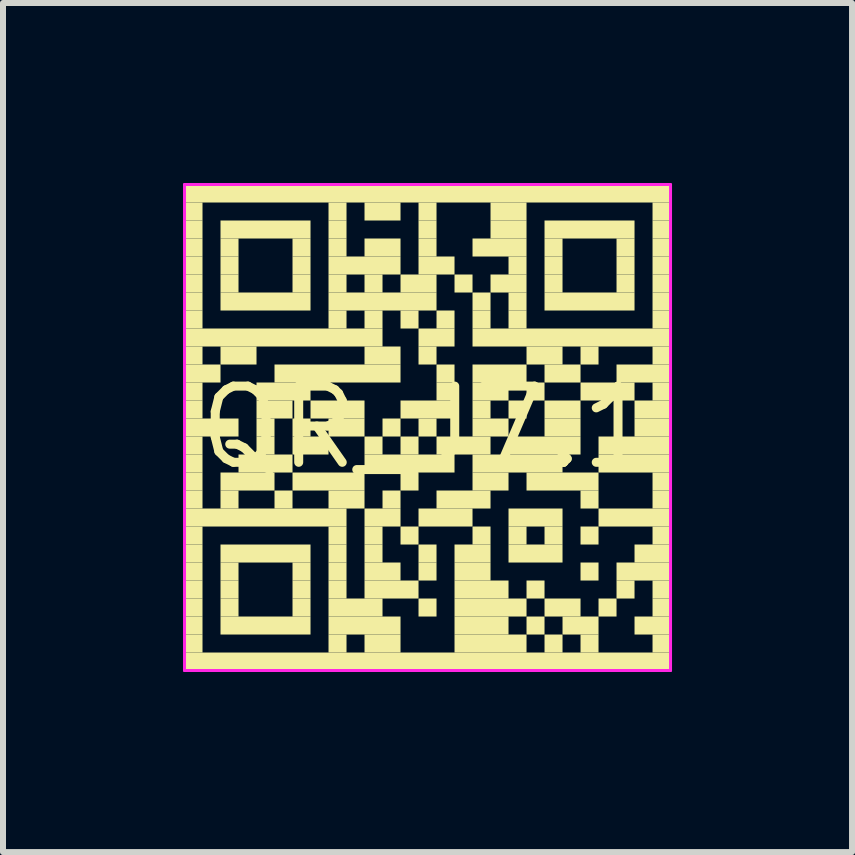
<source format=kicad_pcb>
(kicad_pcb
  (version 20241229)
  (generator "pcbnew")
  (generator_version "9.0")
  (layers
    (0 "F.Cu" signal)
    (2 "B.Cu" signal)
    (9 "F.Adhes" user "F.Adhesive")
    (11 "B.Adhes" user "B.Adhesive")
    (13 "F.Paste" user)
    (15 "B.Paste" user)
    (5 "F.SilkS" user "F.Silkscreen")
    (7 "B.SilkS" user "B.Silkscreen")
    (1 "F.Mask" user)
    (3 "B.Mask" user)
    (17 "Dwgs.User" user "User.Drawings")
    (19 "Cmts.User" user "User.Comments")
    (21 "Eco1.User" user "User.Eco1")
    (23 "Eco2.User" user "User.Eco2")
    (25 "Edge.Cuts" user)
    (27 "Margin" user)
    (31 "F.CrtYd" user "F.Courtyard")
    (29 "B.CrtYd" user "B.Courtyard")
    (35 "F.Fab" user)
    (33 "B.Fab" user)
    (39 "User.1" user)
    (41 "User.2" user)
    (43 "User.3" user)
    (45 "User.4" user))
  (footprint "QR_J7.1"
    (layer "F.Cu")
    (at 4.075 4.075)
    (property "Reference" "QR_J7.1" (at 0 0 0) (layer "F.SilkS") (effects (font (size 1.27 1.27) (thickness 0.15))))
    (attr board_only exclude_from_pos_files exclude_from_bom)
    (fp_poly (pts (xy -4.05 -3.75) (xy -4.05 -4.05) (xy 4.05 -4.05) (xy 4.05 -3.75)) (stroke (width 0) (type solid)) (fill yes) (layer "F.SilkS"))
    (fp_poly (pts (xy -4.05 -3.45) (xy -4.05 -3.75) (xy -3.75 -3.75) (xy -3.75 -3.45)) (stroke (width 0) (type solid)) (fill yes) (layer "F.SilkS"))
    (fp_poly (pts (xy -4.05 -3.15) (xy -4.05 -3.45) (xy -3.75 -3.45) (xy -3.75 -3.15)) (stroke (width 0) (type solid)) (fill yes) (layer "F.SilkS"))
    (fp_poly (pts (xy -4.05 -2.85) (xy -4.05 -3.15) (xy -3.75 -3.15) (xy -3.75 -2.85)) (stroke (width 0) (type solid)) (fill yes) (layer "F.SilkS"))
    (fp_poly (pts (xy -4.05 -2.55) (xy -4.05 -2.85) (xy -3.75 -2.85) (xy -3.75 -2.55)) (stroke (width 0) (type solid)) (fill yes) (layer "F.SilkS"))
    (fp_poly (pts (xy -4.05 -2.25) (xy -4.05 -2.55) (xy -3.75 -2.55) (xy -3.75 -2.25)) (stroke (width 0) (type solid)) (fill yes) (layer "F.SilkS"))
    (fp_poly (pts (xy -4.05 -1.95) (xy -4.05 -2.25) (xy -3.75 -2.25) (xy -3.75 -1.95)) (stroke (width 0) (type solid)) (fill yes) (layer "F.SilkS"))
    (fp_poly (pts (xy -4.05 -1.65) (xy -4.05 -1.95) (xy -3.75 -1.95) (xy -3.75 -1.65)) (stroke (width 0) (type solid)) (fill yes) (layer "F.SilkS"))
    (fp_poly (pts (xy -4.05 -1.35) (xy -4.05 -1.65) (xy -0.75 -1.65) (xy -0.75 -1.35)) (stroke (width 0) (type solid)) (fill yes) (layer "F.SilkS"))
    (fp_poly (pts (xy -4.05 -1.05) (xy -4.05 -1.35) (xy -3.75 -1.35) (xy -3.75 -1.05)) (stroke (width 0) (type solid)) (fill yes) (layer "F.SilkS"))
    (fp_poly (pts (xy -4.05 -0.75) (xy -4.05 -1.05) (xy -3.45 -1.05) (xy -3.45 -0.75)) (stroke (width 0) (type solid)) (fill yes) (layer "F.SilkS"))
    (fp_poly (pts (xy -4.05 -0.45) (xy -4.05 -0.75) (xy -3.75 -0.75) (xy -3.75 -0.45)) (stroke (width 0) (type solid)) (fill yes) (layer "F.SilkS"))
    (fp_poly (pts (xy -4.05 -0.15) (xy -4.05 -0.45) (xy -3.75 -0.45) (xy -3.75 -0.15)) (stroke (width 0) (type solid)) (fill yes) (layer "F.SilkS"))
    (fp_poly (pts (xy -4.05 0.15) (xy -4.05 -0.15) (xy -3.15 -0.15) (xy -3.15 0.15)) (stroke (width 0) (type solid)) (fill yes) (layer "F.SilkS"))
    (fp_poly (pts (xy -4.05 0.45) (xy -4.05 0.15) (xy -3.75 0.15) (xy -3.75 0.45)) (stroke (width 0) (type solid)) (fill yes) (layer "F.SilkS"))
    (fp_poly (pts (xy -4.05 0.75) (xy -4.05 0.45) (xy -3.75 0.45) (xy -3.75 0.75)) (stroke (width 0) (type solid)) (fill yes) (layer "F.SilkS"))
    (fp_poly (pts (xy -4.05 1.05) (xy -4.05 0.75) (xy -3.75 0.75) (xy -3.75 1.05)) (stroke (width 0) (type solid)) (fill yes) (layer "F.SilkS"))
    (fp_poly (pts (xy -4.05 1.35) (xy -4.05 1.05) (xy -3.75 1.05) (xy -3.75 1.35)) (stroke (width 0) (type solid)) (fill yes) (layer "F.SilkS"))
    (fp_poly (pts (xy -4.05 1.65) (xy -4.05 1.35) (xy -1.35 1.35) (xy -1.35 1.65)) (stroke (width 0) (type solid)) (fill yes) (layer "F.SilkS"))
    (fp_poly (pts (xy -4.05 1.95) (xy -4.05 1.65) (xy -3.75 1.65) (xy -3.75 1.95)) (stroke (width 0) (type solid)) (fill yes) (layer "F.SilkS"))
    (fp_poly (pts (xy -4.05 2.25) (xy -4.05 1.95) (xy -3.75 1.95) (xy -3.75 2.25)) (stroke (width 0) (type solid)) (fill yes) (layer "F.SilkS"))
    (fp_poly (pts (xy -4.05 2.55) (xy -4.05 2.25) (xy -3.75 2.25) (xy -3.75 2.55)) (stroke (width 0) (type solid)) (fill yes) (layer "F.SilkS"))
    (fp_poly (pts (xy -4.05 2.85) (xy -4.05 2.55) (xy -3.75 2.55) (xy -3.75 2.85)) (stroke (width 0) (type solid)) (fill yes) (layer "F.SilkS"))
    (fp_poly (pts (xy -4.05 3.15) (xy -4.05 2.85) (xy -3.75 2.85) (xy -3.75 3.15)) (stroke (width 0) (type solid)) (fill yes) (layer "F.SilkS"))
    (fp_poly (pts (xy -4.05 3.45) (xy -4.05 3.15) (xy -3.75 3.15) (xy -3.75 3.45)) (stroke (width 0) (type solid)) (fill yes) (layer "F.SilkS"))
    (fp_poly (pts (xy -4.05 3.75) (xy -4.05 3.45) (xy -3.75 3.45) (xy -3.75 3.75)) (stroke (width 0) (type solid)) (fill yes) (layer "F.SilkS"))
    (fp_poly (pts (xy -4.05 4.05) (xy -4.05 3.75) (xy 4.05 3.75) (xy 4.05 4.05)) (stroke (width 0) (type solid)) (fill yes) (layer "F.SilkS"))
    (fp_poly (pts (xy -3.45 -3.15) (xy -3.45 -3.45) (xy -1.95 -3.45) (xy -1.95 -3.15)) (stroke (width 0) (type solid)) (fill yes) (layer "F.SilkS"))
    (fp_poly (pts (xy -3.45 -2.85) (xy -3.45 -3.15) (xy -3.15 -3.15) (xy -3.15 -2.85)) (stroke (width 0) (type solid)) (fill yes) (layer "F.SilkS"))
    (fp_poly (pts (xy -3.45 -2.55) (xy -3.45 -2.85) (xy -3.15 -2.85) (xy -3.15 -2.55)) (stroke (width 0) (type solid)) (fill yes) (layer "F.SilkS"))
    (fp_poly (pts (xy -3.45 -2.25) (xy -3.45 -2.55) (xy -3.15 -2.55) (xy -3.15 -2.25)) (stroke (width 0) (type solid)) (fill yes) (layer "F.SilkS"))
    (fp_poly (pts (xy -3.45 -1.95) (xy -3.45 -2.25) (xy -1.95 -2.25) (xy -1.95 -1.95)) (stroke (width 0) (type solid)) (fill yes) (layer "F.SilkS"))
    (fp_poly (pts (xy -3.45 -1.05) (xy -3.45 -1.35) (xy -2.85 -1.35) (xy -2.85 -1.05)) (stroke (width 0) (type solid)) (fill yes) (layer "F.SilkS"))
    (fp_poly (pts (xy -3.45 1.05) (xy -3.45 0.75) (xy -2.55 0.75) (xy -2.55 1.05)) (stroke (width 0) (type solid)) (fill yes) (layer "F.SilkS"))
    (fp_poly (pts (xy -3.45 1.35) (xy -3.45 1.05) (xy -3.15 1.05) (xy -3.15 1.35)) (stroke (width 0) (type solid)) (fill yes) (layer "F.SilkS"))
    (fp_poly (pts (xy -3.45 2.25) (xy -3.45 1.95) (xy -1.95 1.95) (xy -1.95 2.25)) (stroke (width 0) (type solid)) (fill yes) (layer "F.SilkS"))
    (fp_poly (pts (xy -3.45 2.55) (xy -3.45 2.25) (xy -3.15 2.25) (xy -3.15 2.55)) (stroke (width 0) (type solid)) (fill yes) (layer "F.SilkS"))
    (fp_poly (pts (xy -3.45 2.85) (xy -3.45 2.55) (xy -3.15 2.55) (xy -3.15 2.85)) (stroke (width 0) (type solid)) (fill yes) (layer "F.SilkS"))
    (fp_poly (pts (xy -3.45 3.15) (xy -3.45 2.85) (xy -3.15 2.85) (xy -3.15 3.15)) (stroke (width 0) (type solid)) (fill yes) (layer "F.SilkS"))
    (fp_poly (pts (xy -3.45 3.45) (xy -3.45 3.15) (xy -1.95 3.15) (xy -1.95 3.45)) (stroke (width 0) (type solid)) (fill yes) (layer "F.SilkS"))
    (fp_poly (pts (xy -3.15 0.75) (xy -3.15 0.45) (xy -2.25 0.45) (xy -2.25 0.75)) (stroke (width 0) (type solid)) (fill yes) (layer "F.SilkS"))
    (fp_poly (pts (xy -2.85 -0.45) (xy -2.85 -0.75) (xy -1.95 -0.75) (xy -1.95 -0.45)) (stroke (width 0) (type solid)) (fill yes) (layer "F.SilkS"))
    (fp_poly (pts (xy -2.85 -0.15) (xy -2.85 -0.45) (xy -2.25 -0.45) (xy -2.25 -0.15)) (stroke (width 0) (type solid)) (fill yes) (layer "F.SilkS"))
    (fp_poly (pts (xy -2.85 0.15) (xy -2.85 -0.15) (xy -2.55 -0.15) (xy -2.55 0.15)) (stroke (width 0) (type solid)) (fill yes) (layer "F.SilkS"))
    (fp_poly (pts (xy -2.85 0.45) (xy -2.85 0.15) (xy -2.55 0.15) (xy -2.55 0.45)) (stroke (width 0) (type solid)) (fill yes) (layer "F.SilkS"))
    (fp_poly (pts (xy -2.55 -0.75) (xy -2.55 -1.05) (xy -0.45 -1.05) (xy -0.45 -0.75)) (stroke (width 0) (type solid)) (fill yes) (layer "F.SilkS"))
    (fp_poly (pts (xy -2.55 1.35) (xy -2.55 1.05) (xy -2.25 1.05) (xy -2.25 1.35)) (stroke (width 0) (type solid)) (fill yes) (layer "F.SilkS"))
    (fp_poly (pts (xy -2.25 -2.85) (xy -2.25 -3.15) (xy -1.95 -3.15) (xy -1.95 -2.85)) (stroke (width 0) (type solid)) (fill yes) (layer "F.SilkS"))
    (fp_poly (pts (xy -2.25 -2.55) (xy -2.25 -2.85) (xy -1.95 -2.85) (xy -1.95 -2.55)) (stroke (width 0) (type solid)) (fill yes) (layer "F.SilkS"))
    (fp_poly (pts (xy -2.25 -2.25) (xy -2.25 -2.55) (xy -1.95 -2.55) (xy -1.95 -2.25)) (stroke (width 0) (type solid)) (fill yes) (layer "F.SilkS"))
    (fp_poly (pts (xy -2.25 0.15) (xy -2.25 -0.15) (xy -1.95 -0.15) (xy -1.95 0.15)) (stroke (width 0) (type solid)) (fill yes) (layer "F.SilkS"))
    (fp_poly (pts (xy -2.25 0.45) (xy -2.25 0.15) (xy -1.65 0.15) (xy -1.65 0.45)) (stroke (width 0) (type solid)) (fill yes) (layer "F.SilkS"))
    (fp_poly (pts (xy -2.25 1.05) (xy -2.25 0.75) (xy -1.05 0.75) (xy -1.05 1.05)) (stroke (width 0) (type solid)) (fill yes) (layer "F.SilkS"))
    (fp_poly (pts (xy -2.25 2.55) (xy -2.25 2.25) (xy -1.95 2.25) (xy -1.95 2.55)) (stroke (width 0) (type solid)) (fill yes) (layer "F.SilkS"))
    (fp_poly (pts (xy -2.25 2.85) (xy -2.25 2.55) (xy -1.95 2.55) (xy -1.95 2.85)) (stroke (width 0) (type solid)) (fill yes) (layer "F.SilkS"))
    (fp_poly (pts (xy -2.25 3.15) (xy -2.25 2.85) (xy -1.95 2.85) (xy -1.95 3.15)) (stroke (width 0) (type solid)) (fill yes) (layer "F.SilkS"))
    (fp_poly (pts (xy -1.95 -0.15) (xy -1.95 -0.45) (xy -1.05 -0.45) (xy -1.05 -0.15)) (stroke (width 0) (type solid)) (fill yes) (layer "F.SilkS"))
    (fp_poly (pts (xy -1.65 -3.45) (xy -1.65 -3.75) (xy -1.35 -3.75) (xy -1.35 -3.45)) (stroke (width 0) (type solid)) (fill yes) (layer "F.SilkS"))
    (fp_poly (pts (xy -1.65 -3.15) (xy -1.65 -3.45) (xy -1.35 -3.45) (xy -1.35 -3.15)) (stroke (width 0) (type solid)) (fill yes) (layer "F.SilkS"))
    (fp_poly (pts (xy -1.65 -2.85) (xy -1.65 -3.15) (xy -1.35 -3.15) (xy -1.35 -2.85)) (stroke (width 0) (type solid)) (fill yes) (layer "F.SilkS"))
    (fp_poly (pts (xy -1.65 -2.55) (xy -1.65 -2.85) (xy -0.45 -2.85) (xy -0.45 -2.55)) (stroke (width 0) (type solid)) (fill yes) (layer "F.SilkS"))
    (fp_poly (pts (xy -1.65 -2.25) (xy -1.65 -2.55) (xy -1.35 -2.55) (xy -1.35 -2.25)) (stroke (width 0) (type solid)) (fill yes) (layer "F.SilkS"))
    (fp_poly (pts (xy -1.65 -1.95) (xy -1.65 -2.25) (xy 0.15 -2.25) (xy 0.15 -1.95)) (stroke (width 0) (type solid)) (fill yes) (layer "F.SilkS"))
    (fp_poly (pts (xy -1.65 -1.65) (xy -1.65 -1.95) (xy -1.35 -1.95) (xy -1.35 -1.65)) (stroke (width 0) (type solid)) (fill yes) (layer "F.SilkS"))
    (fp_poly (pts (xy -1.65 0.15) (xy -1.65 -0.15) (xy -1.05 -0.15) (xy -1.05 0.15)) (stroke (width 0) (type solid)) (fill yes) (layer "F.SilkS"))
    (fp_poly (pts (xy -1.65 1.35) (xy -1.65 1.05) (xy -1.05 1.05) (xy -1.05 1.35)) (stroke (width 0) (type solid)) (fill yes) (layer "F.SilkS"))
    (fp_poly (pts (xy -1.65 1.95) (xy -1.65 1.65) (xy -1.35 1.65) (xy -1.35 1.95)) (stroke (width 0) (type solid)) (fill yes) (layer "F.SilkS"))
    (fp_poly (pts (xy -1.65 2.25) (xy -1.65 1.95) (xy -1.35 1.95) (xy -1.35 2.25)) (stroke (width 0) (type solid)) (fill yes) (layer "F.SilkS"))
    (fp_poly (pts (xy -1.65 2.55) (xy -1.65 2.25) (xy -1.35 2.25) (xy -1.35 2.55)) (stroke (width 0) (type solid)) (fill yes) (layer "F.SilkS"))
    (fp_poly (pts (xy -1.65 2.85) (xy -1.65 2.55) (xy -1.35 2.55) (xy -1.35 2.85)) (stroke (width 0) (type solid)) (fill yes) (layer "F.SilkS"))
    (fp_poly (pts (xy -1.65 3.15) (xy -1.65 2.85) (xy -0.75 2.85) (xy -0.75 3.15)) (stroke (width 0) (type solid)) (fill yes) (layer "F.SilkS"))
    (fp_poly (pts (xy -1.65 3.45) (xy -1.65 3.15) (xy -0.45 3.15) (xy -0.45 3.45)) (stroke (width 0) (type solid)) (fill yes) (layer "F.SilkS"))
    (fp_poly (pts (xy -1.65 3.75) (xy -1.65 3.45) (xy -1.35 3.45) (xy -1.35 3.75)) (stroke (width 0) (type solid)) (fill yes) (layer "F.SilkS"))
    (fp_poly (pts (xy -1.05 -3.45) (xy -1.05 -3.75) (xy -0.45 -3.75) (xy -0.45 -3.45)) (stroke (width 0) (type solid)) (fill yes) (layer "F.SilkS"))
    (fp_poly (pts (xy -1.05 -2.85) (xy -1.05 -3.15) (xy -0.45 -3.15) (xy -0.45 -2.85)) (stroke (width 0) (type solid)) (fill yes) (layer "F.SilkS"))
    (fp_poly (pts (xy -1.05 -2.25) (xy -1.05 -2.55) (xy -0.75 -2.55) (xy -0.75 -2.25)) (stroke (width 0) (type solid)) (fill yes) (layer "F.SilkS"))
    (fp_poly (pts (xy -1.05 -1.65) (xy -1.05 -1.95) (xy -0.75 -1.95) (xy -0.75 -1.65)) (stroke (width 0) (type solid)) (fill yes) (layer "F.SilkS"))
    (fp_poly (pts (xy -1.05 -1.05) (xy -1.05 -1.35) (xy -0.45 -1.35) (xy -0.45 -1.05)) (stroke (width 0) (type solid)) (fill yes) (layer "F.SilkS"))
    (fp_poly (pts (xy -1.05 0.45) (xy -1.05 0.15) (xy -0.75 0.15) (xy -0.75 0.45)) (stroke (width 0) (type solid)) (fill yes) (layer "F.SilkS"))
    (fp_poly (pts (xy -1.05 0.75) (xy -1.05 0.45) (xy 0.45 0.45) (xy 0.45 0.75)) (stroke (width 0) (type solid)) (fill yes) (layer "F.SilkS"))
    (fp_poly (pts (xy -1.05 1.65) (xy -1.05 1.35) (xy -0.45 1.35) (xy -0.45 1.65)) (stroke (width 0) (type solid)) (fill yes) (layer "F.SilkS"))
    (fp_poly (pts (xy -1.05 1.95) (xy -1.05 1.65) (xy -0.75 1.65) (xy -0.75 1.95)) (stroke (width 0) (type solid)) (fill yes) (layer "F.SilkS"))
    (fp_poly (pts (xy -1.05 2.25) (xy -1.05 1.95) (xy -0.75 1.95) (xy -0.75 2.25)) (stroke (width 0) (type solid)) (fill yes) (layer "F.SilkS"))
    (fp_poly (pts (xy -1.05 2.55) (xy -1.05 2.25) (xy -0.45 2.25) (xy -0.45 2.55)) (stroke (width 0) (type solid)) (fill yes) (layer "F.SilkS"))
    (fp_poly (pts (xy -1.05 2.85) (xy -1.05 2.55) (xy -0.15 2.55) (xy -0.15 2.85)) (stroke (width 0) (type solid)) (fill yes) (layer "F.SilkS"))
    (fp_poly (pts (xy -1.05 3.75) (xy -1.05 3.45) (xy -0.45 3.45) (xy -0.45 3.75)) (stroke (width 0) (type solid)) (fill yes) (layer "F.SilkS"))
    (fp_poly (pts (xy -0.75 0.15) (xy -0.75 -0.15) (xy -0.45 -0.15) (xy -0.45 0.15)) (stroke (width 0) (type solid)) (fill yes) (layer "F.SilkS"))
    (fp_poly (pts (xy -0.75 1.35) (xy -0.75 1.05) (xy -0.45 1.05) (xy -0.45 1.35)) (stroke (width 0) (type solid)) (fill yes) (layer "F.SilkS"))
    (fp_poly (pts (xy -0.45 -2.25) (xy -0.45 -2.55) (xy 0.15 -2.55) (xy 0.15 -2.25)) (stroke (width 0) (type solid)) (fill yes) (layer "F.SilkS"))
    (fp_poly (pts (xy -0.45 -1.65) (xy -0.45 -1.95) (xy -0.15 -1.95) (xy -0.15 -1.65)) (stroke (width 0) (type solid)) (fill yes) (layer "F.SilkS"))
    (fp_poly (pts (xy -0.45 -0.15) (xy -0.45 -0.45) (xy 0.45 -0.45) (xy 0.45 -0.15)) (stroke (width 0) (type solid)) (fill yes) (layer "F.SilkS"))
    (fp_poly (pts (xy -0.45 0.45) (xy -0.45 0.15) (xy -0.15 0.15) (xy -0.15 0.45)) (stroke (width 0) (type solid)) (fill yes) (layer "F.SilkS"))
    (fp_poly (pts (xy -0.45 1.05) (xy -0.45 0.75) (xy -0.15 0.75) (xy -0.15 1.05)) (stroke (width 0) (type solid)) (fill yes) (layer "F.SilkS"))
    (fp_poly (pts (xy -0.45 1.95) (xy -0.45 1.65) (xy -0.15 1.65) (xy -0.15 1.95)) (stroke (width 0) (type solid)) (fill yes) (layer "F.SilkS"))
    (fp_poly (pts (xy -0.15 -3.45) (xy -0.15 -3.75) (xy 0.15 -3.75) (xy 0.15 -3.45)) (stroke (width 0) (type solid)) (fill yes) (layer "F.SilkS"))
    (fp_poly (pts (xy -0.15 -3.15) (xy -0.15 -3.45) (xy 0.15 -3.45) (xy 0.15 -3.15)) (stroke (width 0) (type solid)) (fill yes) (layer "F.SilkS"))
    (fp_poly (pts (xy -0.15 -2.85) (xy -0.15 -3.15) (xy 0.15 -3.15) (xy 0.15 -2.85)) (stroke (width 0) (type solid)) (fill yes) (layer "F.SilkS"))
    (fp_poly (pts (xy -0.15 -2.55) (xy -0.15 -2.85) (xy 0.45 -2.85) (xy 0.45 -2.55)) (stroke (width 0) (type solid)) (fill yes) (layer "F.SilkS"))
    (fp_poly (pts (xy -0.15 -1.35) (xy -0.15 -1.65) (xy 0.45 -1.65) (xy 0.45 -1.35)) (stroke (width 0) (type solid)) (fill yes) (layer "F.SilkS"))
    (fp_poly (pts (xy -0.15 -1.05) (xy -0.15 -1.35) (xy 0.15 -1.35) (xy 0.15 -1.05)) (stroke (width 0) (type solid)) (fill yes) (layer "F.SilkS"))
    (fp_poly (pts (xy -0.15 0.15) (xy -0.15 -0.15) (xy 0.15 -0.15) (xy 0.15 0.15)) (stroke (width 0) (type solid)) (fill yes) (layer "F.SilkS"))
    (fp_poly (pts (xy -0.15 1.65) (xy -0.15 1.35) (xy 0.75 1.35) (xy 0.75 1.65)) (stroke (width 0) (type solid)) (fill yes) (layer "F.SilkS"))
    (fp_poly (pts (xy -0.15 2.25) (xy -0.15 1.95) (xy 0.15 1.95) (xy 0.15 2.25)) (stroke (width 0) (type solid)) (fill yes) (layer "F.SilkS"))
    (fp_poly (pts (xy -0.15 2.55) (xy -0.15 2.25) (xy 0.15 2.25) (xy 0.15 2.55)) (stroke (width 0) (type solid)) (fill yes) (layer "F.SilkS"))
    (fp_poly (pts (xy -0.15 3.15) (xy -0.15 2.85) (xy 0.15 2.85) (xy 0.15 3.15)) (stroke (width 0) (type solid)) (fill yes) (layer "F.SilkS"))
    (fp_poly (pts (xy 0.15 -1.65) (xy 0.15 -1.95) (xy 0.45 -1.95) (xy 0.45 -1.65)) (stroke (width 0) (type solid)) (fill yes) (layer "F.SilkS"))
    (fp_poly (pts (xy 0.15 -0.75) (xy 0.15 -1.05) (xy 0.45 -1.05) (xy 0.45 -0.75)) (stroke (width 0) (type solid)) (fill yes) (layer "F.SilkS"))
    (fp_poly (pts (xy 0.15 -0.45) (xy 0.15 -0.75) (xy 0.45 -0.75) (xy 0.45 -0.45)) (stroke (width 0) (type solid)) (fill yes) (layer "F.SilkS"))
    (fp_poly (pts (xy 0.15 0.45) (xy 0.15 0.15) (xy 1.05 0.15) (xy 1.05 0.45)) (stroke (width 0) (type solid)) (fill yes) (layer "F.SilkS"))
    (fp_poly (pts (xy 0.15 1.35) (xy 0.15 1.05) (xy 1.05 1.05) (xy 1.05 1.35)) (stroke (width 0) (type solid)) (fill yes) (layer "F.SilkS"))
    (fp_poly (pts (xy 0.45 -2.25) (xy 0.45 -2.55) (xy 0.75 -2.55) (xy 0.75 -2.25)) (stroke (width 0) (type solid)) (fill yes) (layer "F.SilkS"))
    (fp_poly (pts (xy 0.45 2.25) (xy 0.45 1.95) (xy 1.05 1.95) (xy 1.05 2.25)) (stroke (width 0) (type solid)) (fill yes) (layer "F.SilkS"))
    (fp_poly (pts (xy 0.45 2.55) (xy 0.45 2.25) (xy 1.05 2.25) (xy 1.05 2.55)) (stroke (width 0) (type solid)) (fill yes) (layer "F.SilkS"))
    (fp_poly (pts (xy 0.45 2.85) (xy 0.45 2.55) (xy 1.35 2.55) (xy 1.35 2.85)) (stroke (width 0) (type solid)) (fill yes) (layer "F.SilkS"))
    (fp_poly (pts (xy 0.45 3.15) (xy 0.45 2.85) (xy 1.65 2.85) (xy 1.65 3.15)) (stroke (width 0) (type solid)) (fill yes) (layer "F.SilkS"))
    (fp_poly (pts (xy 0.45 3.45) (xy 0.45 3.15) (xy 1.35 3.15) (xy 1.35 3.45)) (stroke (width 0) (type solid)) (fill yes) (layer "F.SilkS"))
    (fp_poly (pts (xy 0.45 3.75) (xy 0.45 3.45) (xy 1.65 3.45) (xy 1.65 3.75)) (stroke (width 0) (type solid)) (fill yes) (layer "F.SilkS"))
    (fp_poly (pts (xy 0.75 -2.85) (xy 0.75 -3.15) (xy 1.65 -3.15) (xy 1.65 -2.85)) (stroke (width 0) (type solid)) (fill yes) (layer "F.SilkS"))
    (fp_poly (pts (xy 0.75 -1.95) (xy 0.75 -2.25) (xy 1.05 -2.25) (xy 1.05 -1.95)) (stroke (width 0) (type solid)) (fill yes) (layer "F.SilkS"))
    (fp_poly (pts (xy 0.75 -1.65) (xy 0.75 -1.95) (xy 1.05 -1.95) (xy 1.05 -1.65)) (stroke (width 0) (type solid)) (fill yes) (layer "F.SilkS"))
    (fp_poly (pts (xy 0.75 -1.35) (xy 0.75 -1.65) (xy 4.05 -1.65) (xy 4.05 -1.35)) (stroke (width 0) (type solid)) (fill yes) (layer "F.SilkS"))
    (fp_poly (pts (xy 0.75 -0.75) (xy 0.75 -1.05) (xy 1.65 -1.05) (xy 1.65 -0.75)) (stroke (width 0) (type solid)) (fill yes) (layer "F.SilkS"))
    (fp_poly (pts (xy 0.75 -0.45) (xy 0.75 -0.75) (xy 1.35 -0.75) (xy 1.35 -0.45)) (stroke (width 0) (type solid)) (fill yes) (layer "F.SilkS"))
    (fp_poly (pts (xy 0.75 -0.15) (xy 0.75 -0.45) (xy 1.05 -0.45) (xy 1.05 -0.15)) (stroke (width 0) (type solid)) (fill yes) (layer "F.SilkS"))
    (fp_poly (pts (xy 0.75 0.15) (xy 0.75 -0.15) (xy 1.35 -0.15) (xy 1.35 0.15)) (stroke (width 0) (type solid)) (fill yes) (layer "F.SilkS"))
    (fp_poly (pts (xy 0.75 0.75) (xy 0.75 0.45) (xy 2.25 0.45) (xy 2.25 0.75)) (stroke (width 0) (type solid)) (fill yes) (layer "F.SilkS"))
    (fp_poly (pts (xy 0.75 1.05) (xy 0.75 0.75) (xy 1.35 0.75) (xy 1.35 1.05)) (stroke (width 0) (type solid)) (fill yes) (layer "F.SilkS"))
    (fp_poly (pts (xy 0.75 1.95) (xy 0.75 1.65) (xy 1.05 1.65) (xy 1.05 1.95)) (stroke (width 0) (type solid)) (fill yes) (layer "F.SilkS"))
    (fp_poly (pts (xy 1.05 -3.45) (xy 1.05 -3.75) (xy 1.65 -3.75) (xy 1.65 -3.45)) (stroke (width 0) (type solid)) (fill yes) (layer "F.SilkS"))
    (fp_poly (pts (xy 1.05 -3.15) (xy 1.05 -3.45) (xy 1.65 -3.45) (xy 1.65 -3.15)) (stroke (width 0) (type solid)) (fill yes) (layer "F.SilkS"))
    (fp_poly (pts (xy 1.05 -2.25) (xy 1.05 -2.55) (xy 1.65 -2.55) (xy 1.65 -2.25)) (stroke (width 0) (type solid)) (fill yes) (layer "F.SilkS"))
    (fp_poly (pts (xy 1.35 -2.55) (xy 1.35 -2.85) (xy 1.65 -2.85) (xy 1.65 -2.55)) (stroke (width 0) (type solid)) (fill yes) (layer "F.SilkS"))
    (fp_poly (pts (xy 1.35 -1.95) (xy 1.35 -2.25) (xy 1.65 -2.25) (xy 1.65 -1.95)) (stroke (width 0) (type solid)) (fill yes) (layer "F.SilkS"))
    (fp_poly (pts (xy 1.35 -1.65) (xy 1.35 -1.95) (xy 1.65 -1.95) (xy 1.65 -1.65)) (stroke (width 0) (type solid)) (fill yes) (layer "F.SilkS"))
    (fp_poly (pts (xy 1.35 -0.15) (xy 1.35 -0.45) (xy 1.65 -0.45) (xy 1.65 -0.15)) (stroke (width 0) (type solid)) (fill yes) (layer "F.SilkS"))
    (fp_poly (pts (xy 1.35 0.45) (xy 1.35 0.15) (xy 2.55 0.15) (xy 2.55 0.45)) (stroke (width 0) (type solid)) (fill yes) (layer "F.SilkS"))
    (fp_poly (pts (xy 1.35 1.65) (xy 1.35 1.35) (xy 2.25 1.35) (xy 2.25 1.65)) (stroke (width 0) (type solid)) (fill yes) (layer "F.SilkS"))
    (fp_poly (pts (xy 1.35 1.95) (xy 1.35 1.65) (xy 1.65 1.65) (xy 1.65 1.95)) (stroke (width 0) (type solid)) (fill yes) (layer "F.SilkS"))
    (fp_poly (pts (xy 1.35 2.25) (xy 1.35 1.95) (xy 2.25 1.95) (xy 2.25 2.25)) (stroke (width 0) (type solid)) (fill yes) (layer "F.SilkS"))
    (fp_poly (pts (xy 1.65 -1.05) (xy 1.65 -1.35) (xy 2.25 -1.35) (xy 2.25 -1.05)) (stroke (width 0) (type solid)) (fill yes) (layer "F.SilkS"))
    (fp_poly (pts (xy 1.65 -0.45) (xy 1.65 -0.75) (xy 1.95 -0.75) (xy 1.95 -0.45)) (stroke (width 0) (type solid)) (fill yes) (layer "F.SilkS"))
    (fp_poly (pts (xy 1.65 1.05) (xy 1.65 0.75) (xy 2.85 0.75) (xy 2.85 1.05)) (stroke (width 0) (type solid)) (fill yes) (layer "F.SilkS"))
    (fp_poly (pts (xy 1.65 2.85) (xy 1.65 2.55) (xy 1.95 2.55) (xy 1.95 2.85)) (stroke (width 0) (type solid)) (fill yes) (layer "F.SilkS"))
    (fp_poly (pts (xy 1.65 3.45) (xy 1.65 3.15) (xy 1.95 3.15) (xy 1.95 3.45)) (stroke (width 0) (type solid)) (fill yes) (layer "F.SilkS"))
    (fp_poly (pts (xy 1.95 -3.15) (xy 1.95 -3.45) (xy 3.45 -3.45) (xy 3.45 -3.15)) (stroke (width 0) (type solid)) (fill yes) (layer "F.SilkS"))
    (fp_poly (pts (xy 1.95 -2.85) (xy 1.95 -3.15) (xy 2.25 -3.15) (xy 2.25 -2.85)) (stroke (width 0) (type solid)) (fill yes) (layer "F.SilkS"))
    (fp_poly (pts (xy 1.95 -2.55) (xy 1.95 -2.85) (xy 2.25 -2.85) (xy 2.25 -2.55)) (stroke (width 0) (type solid)) (fill yes) (layer "F.SilkS"))
    (fp_poly (pts (xy 1.95 -2.25) (xy 1.95 -2.55) (xy 2.25 -2.55) (xy 2.25 -2.25)) (stroke (width 0) (type solid)) (fill yes) (layer "F.SilkS"))
    (fp_poly (pts (xy 1.95 -1.95) (xy 1.95 -2.25) (xy 3.45 -2.25) (xy 3.45 -1.95)) (stroke (width 0) (type solid)) (fill yes) (layer "F.SilkS"))
    (fp_poly (pts (xy 1.95 -0.75) (xy 1.95 -1.05) (xy 2.55 -1.05) (xy 2.55 -0.75)) (stroke (width 0) (type solid)) (fill yes) (layer "F.SilkS"))
    (fp_poly (pts (xy 1.95 -0.15) (xy 1.95 -0.45) (xy 2.55 -0.45) (xy 2.55 -0.15)) (stroke (width 0) (type solid)) (fill yes) (layer "F.SilkS"))
    (fp_poly (pts (xy 1.95 0.15) (xy 1.95 -0.15) (xy 2.55 -0.15) (xy 2.55 0.15)) (stroke (width 0) (type solid)) (fill yes) (layer "F.SilkS"))
    (fp_poly (pts (xy 1.95 1.95) (xy 1.95 1.65) (xy 2.25 1.65) (xy 2.25 1.95)) (stroke (width 0) (type solid)) (fill yes) (layer "F.SilkS"))
    (fp_poly (pts (xy 1.95 3.15) (xy 1.95 2.85) (xy 2.55 2.85) (xy 2.55 3.15)) (stroke (width 0) (type solid)) (fill yes) (layer "F.SilkS"))
    (fp_poly (pts (xy 1.95 3.75) (xy 1.95 3.45) (xy 2.25 3.45) (xy 2.25 3.75)) (stroke (width 0) (type solid)) (fill yes) (layer "F.SilkS"))
    (fp_poly (pts (xy 2.25 3.45) (xy 2.25 3.15) (xy 2.85 3.15) (xy 2.85 3.45)) (stroke (width 0) (type solid)) (fill yes) (layer "F.SilkS"))
    (fp_poly (pts (xy 2.55 -1.05) (xy 2.55 -1.35) (xy 2.85 -1.35) (xy 2.85 -1.05)) (stroke (width 0) (type solid)) (fill yes) (layer "F.SilkS"))
    (fp_poly (pts (xy 2.55 -0.45) (xy 2.55 -0.75) (xy 3.45 -0.75) (xy 3.45 -0.45)) (stroke (width 0) (type solid)) (fill yes) (layer "F.SilkS"))
    (fp_poly (pts (xy 2.55 1.35) (xy 2.55 1.05) (xy 2.85 1.05) (xy 2.85 1.35)) (stroke (width 0) (type solid)) (fill yes) (layer "F.SilkS"))
    (fp_poly (pts (xy 2.55 1.95) (xy 2.55 1.65) (xy 2.85 1.65) (xy 2.85 1.95)) (stroke (width 0) (type solid)) (fill yes) (layer "F.SilkS"))
    (fp_poly (pts (xy 2.55 2.55) (xy 2.55 2.25) (xy 2.85 2.25) (xy 2.85 2.55)) (stroke (width 0) (type solid)) (fill yes) (layer "F.SilkS"))
    (fp_poly (pts (xy 2.55 3.75) (xy 2.55 3.45) (xy 2.85 3.45) (xy 2.85 3.75)) (stroke (width 0) (type solid)) (fill yes) (layer "F.SilkS"))
    (fp_poly (pts (xy 2.85 0.45) (xy 2.85 0.15) (xy 4.05 0.15) (xy 4.05 0.45)) (stroke (width 0) (type solid)) (fill yes) (layer "F.SilkS"))
    (fp_poly (pts (xy 2.85 0.75) (xy 2.85 0.45) (xy 4.05 0.45) (xy 4.05 0.75)) (stroke (width 0) (type solid)) (fill yes) (layer "F.SilkS"))
    (fp_poly (pts (xy 2.85 1.65) (xy 2.85 1.35) (xy 4.05 1.35) (xy 4.05 1.65)) (stroke (width 0) (type solid)) (fill yes) (layer "F.SilkS"))
    (fp_poly (pts (xy 2.85 3.15) (xy 2.85 2.85) (xy 3.15 2.85) (xy 3.15 3.15)) (stroke (width 0) (type solid)) (fill yes) (layer "F.SilkS"))
    (fp_poly (pts (xy 3.15 -2.85) (xy 3.15 -3.15) (xy 3.45 -3.15) (xy 3.45 -2.85)) (stroke (width 0) (type solid)) (fill yes) (layer "F.SilkS"))
    (fp_poly (pts (xy 3.15 -2.55) (xy 3.15 -2.85) (xy 3.45 -2.85) (xy 3.45 -2.55)) (stroke (width 0) (type solid)) (fill yes) (layer "F.SilkS"))
    (fp_poly (pts (xy 3.15 -2.25) (xy 3.15 -2.55) (xy 3.45 -2.55) (xy 3.45 -2.25)) (stroke (width 0) (type solid)) (fill yes) (layer "F.SilkS"))
    (fp_poly (pts (xy 3.15 -0.75) (xy 3.15 -1.05) (xy 4.05 -1.05) (xy 4.05 -0.75)) (stroke (width 0) (type solid)) (fill yes) (layer "F.SilkS"))
    (fp_poly (pts (xy 3.15 2.55) (xy 3.15 2.25) (xy 4.05 2.25) (xy 4.05 2.55)) (stroke (width 0) (type solid)) (fill yes) (layer "F.SilkS"))
    (fp_poly (pts (xy 3.15 2.85) (xy 3.15 2.55) (xy 3.45 2.55) (xy 3.45 2.85)) (stroke (width 0) (type solid)) (fill yes) (layer "F.SilkS"))
    (fp_poly (pts (xy 3.45 -0.15) (xy 3.45 -0.45) (xy 4.05 -0.45) (xy 4.05 -0.15)) (stroke (width 0) (type solid)) (fill yes) (layer "F.SilkS"))
    (fp_poly (pts (xy 3.45 0.15) (xy 3.45 -0.15) (xy 4.05 -0.15) (xy 4.05 0.15)) (stroke (width 0) (type solid)) (fill yes) (layer "F.SilkS"))
    (fp_poly (pts (xy 3.45 2.25) (xy 3.45 1.95) (xy 4.05 1.95) (xy 4.05 2.25)) (stroke (width 0) (type solid)) (fill yes) (layer "F.SilkS"))
    (fp_poly (pts (xy 3.45 3.45) (xy 3.45 3.15) (xy 4.05 3.15) (xy 4.05 3.45)) (stroke (width 0) (type solid)) (fill yes) (layer "F.SilkS"))
    (fp_poly (pts (xy 3.75 -3.45) (xy 3.75 -3.75) (xy 4.05 -3.75) (xy 4.05 -3.45)) (stroke (width 0) (type solid)) (fill yes) (layer "F.SilkS"))
    (fp_poly (pts (xy 3.75 -3.15) (xy 3.75 -3.45) (xy 4.05 -3.45) (xy 4.05 -3.15)) (stroke (width 0) (type solid)) (fill yes) (layer "F.SilkS"))
    (fp_poly (pts (xy 3.75 -2.85) (xy 3.75 -3.15) (xy 4.05 -3.15) (xy 4.05 -2.85)) (stroke (width 0) (type solid)) (fill yes) (layer "F.SilkS"))
    (fp_poly (pts (xy 3.75 -2.55) (xy 3.75 -2.85) (xy 4.05 -2.85) (xy 4.05 -2.55)) (stroke (width 0) (type solid)) (fill yes) (layer "F.SilkS"))
    (fp_poly (pts (xy 3.75 -2.25) (xy 3.75 -2.55) (xy 4.05 -2.55) (xy 4.05 -2.25)) (stroke (width 0) (type solid)) (fill yes) (layer "F.SilkS"))
    (fp_poly (pts (xy 3.75 -1.95) (xy 3.75 -2.25) (xy 4.05 -2.25) (xy 4.05 -1.95)) (stroke (width 0) (type solid)) (fill yes) (layer "F.SilkS"))
    (fp_poly (pts (xy 3.75 -1.65) (xy 3.75 -1.95) (xy 4.05 -1.95) (xy 4.05 -1.65)) (stroke (width 0) (type solid)) (fill yes) (layer "F.SilkS"))
    (fp_poly (pts (xy 3.75 -1.05) (xy 3.75 -1.35) (xy 4.05 -1.35) (xy 4.05 -1.05)) (stroke (width 0) (type solid)) (fill yes) (layer "F.SilkS"))
    (fp_poly (pts (xy 3.75 -0.45) (xy 3.75 -0.75) (xy 4.05 -0.75) (xy 4.05 -0.45)) (stroke (width 0) (type solid)) (fill yes) (layer "F.SilkS"))
    (fp_poly (pts (xy 3.75 1.05) (xy 3.75 0.75) (xy 4.05 0.75) (xy 4.05 1.05)) (stroke (width 0) (type solid)) (fill yes) (layer "F.SilkS"))
    (fp_poly (pts (xy 3.75 1.35) (xy 3.75 1.05) (xy 4.05 1.05) (xy 4.05 1.35)) (stroke (width 0) (type solid)) (fill yes) (layer "F.SilkS"))
    (fp_poly (pts (xy 3.75 1.95) (xy 3.75 1.65) (xy 4.05 1.65) (xy 4.05 1.95)) (stroke (width 0) (type solid)) (fill yes) (layer "F.SilkS"))
    (fp_poly (pts (xy 3.75 2.85) (xy 3.75 2.55) (xy 4.05 2.55) (xy 4.05 2.85)) (stroke (width 0) (type solid)) (fill yes) (layer "F.SilkS"))
    (fp_poly (pts (xy 3.75 3.15) (xy 3.75 2.85) (xy 4.05 2.85) (xy 4.05 3.15)) (stroke (width 0) (type solid)) (fill yes) (layer "F.SilkS"))
    (fp_poly (pts (xy 3.75 3.75) (xy 3.75 3.45) (xy 4.05 3.45) (xy 4.05 3.75)) (stroke (width 0) (type solid)) (fill yes) (layer "F.SilkS"))
    (fp_line (start -4.05 -4.05) (end -4.05 4.05) (stroke (width 0.05) (type solid)) (layer "F.CrtYd"))
    (fp_line (start -4.05 -4.05) (end 4.05 -4.05) (stroke (width 0.05) (type solid)) (layer "F.CrtYd"))
    (fp_line (start 4.05 4.05) (end -4.05 4.05) (stroke (width 0.05) (type solid)) (layer "F.CrtYd"))
    (fp_line (start 4.05 4.05) (end 4.05 -4.05) (stroke (width 0.05) (type solid)) (layer "F.CrtYd")))
  (gr_rect
    (start -3 -3)
    (end 11.15 11.15)
    (stroke (width 0.1) (type default))
    (fill no)
    (layer "Edge.Cuts")))
</source>
